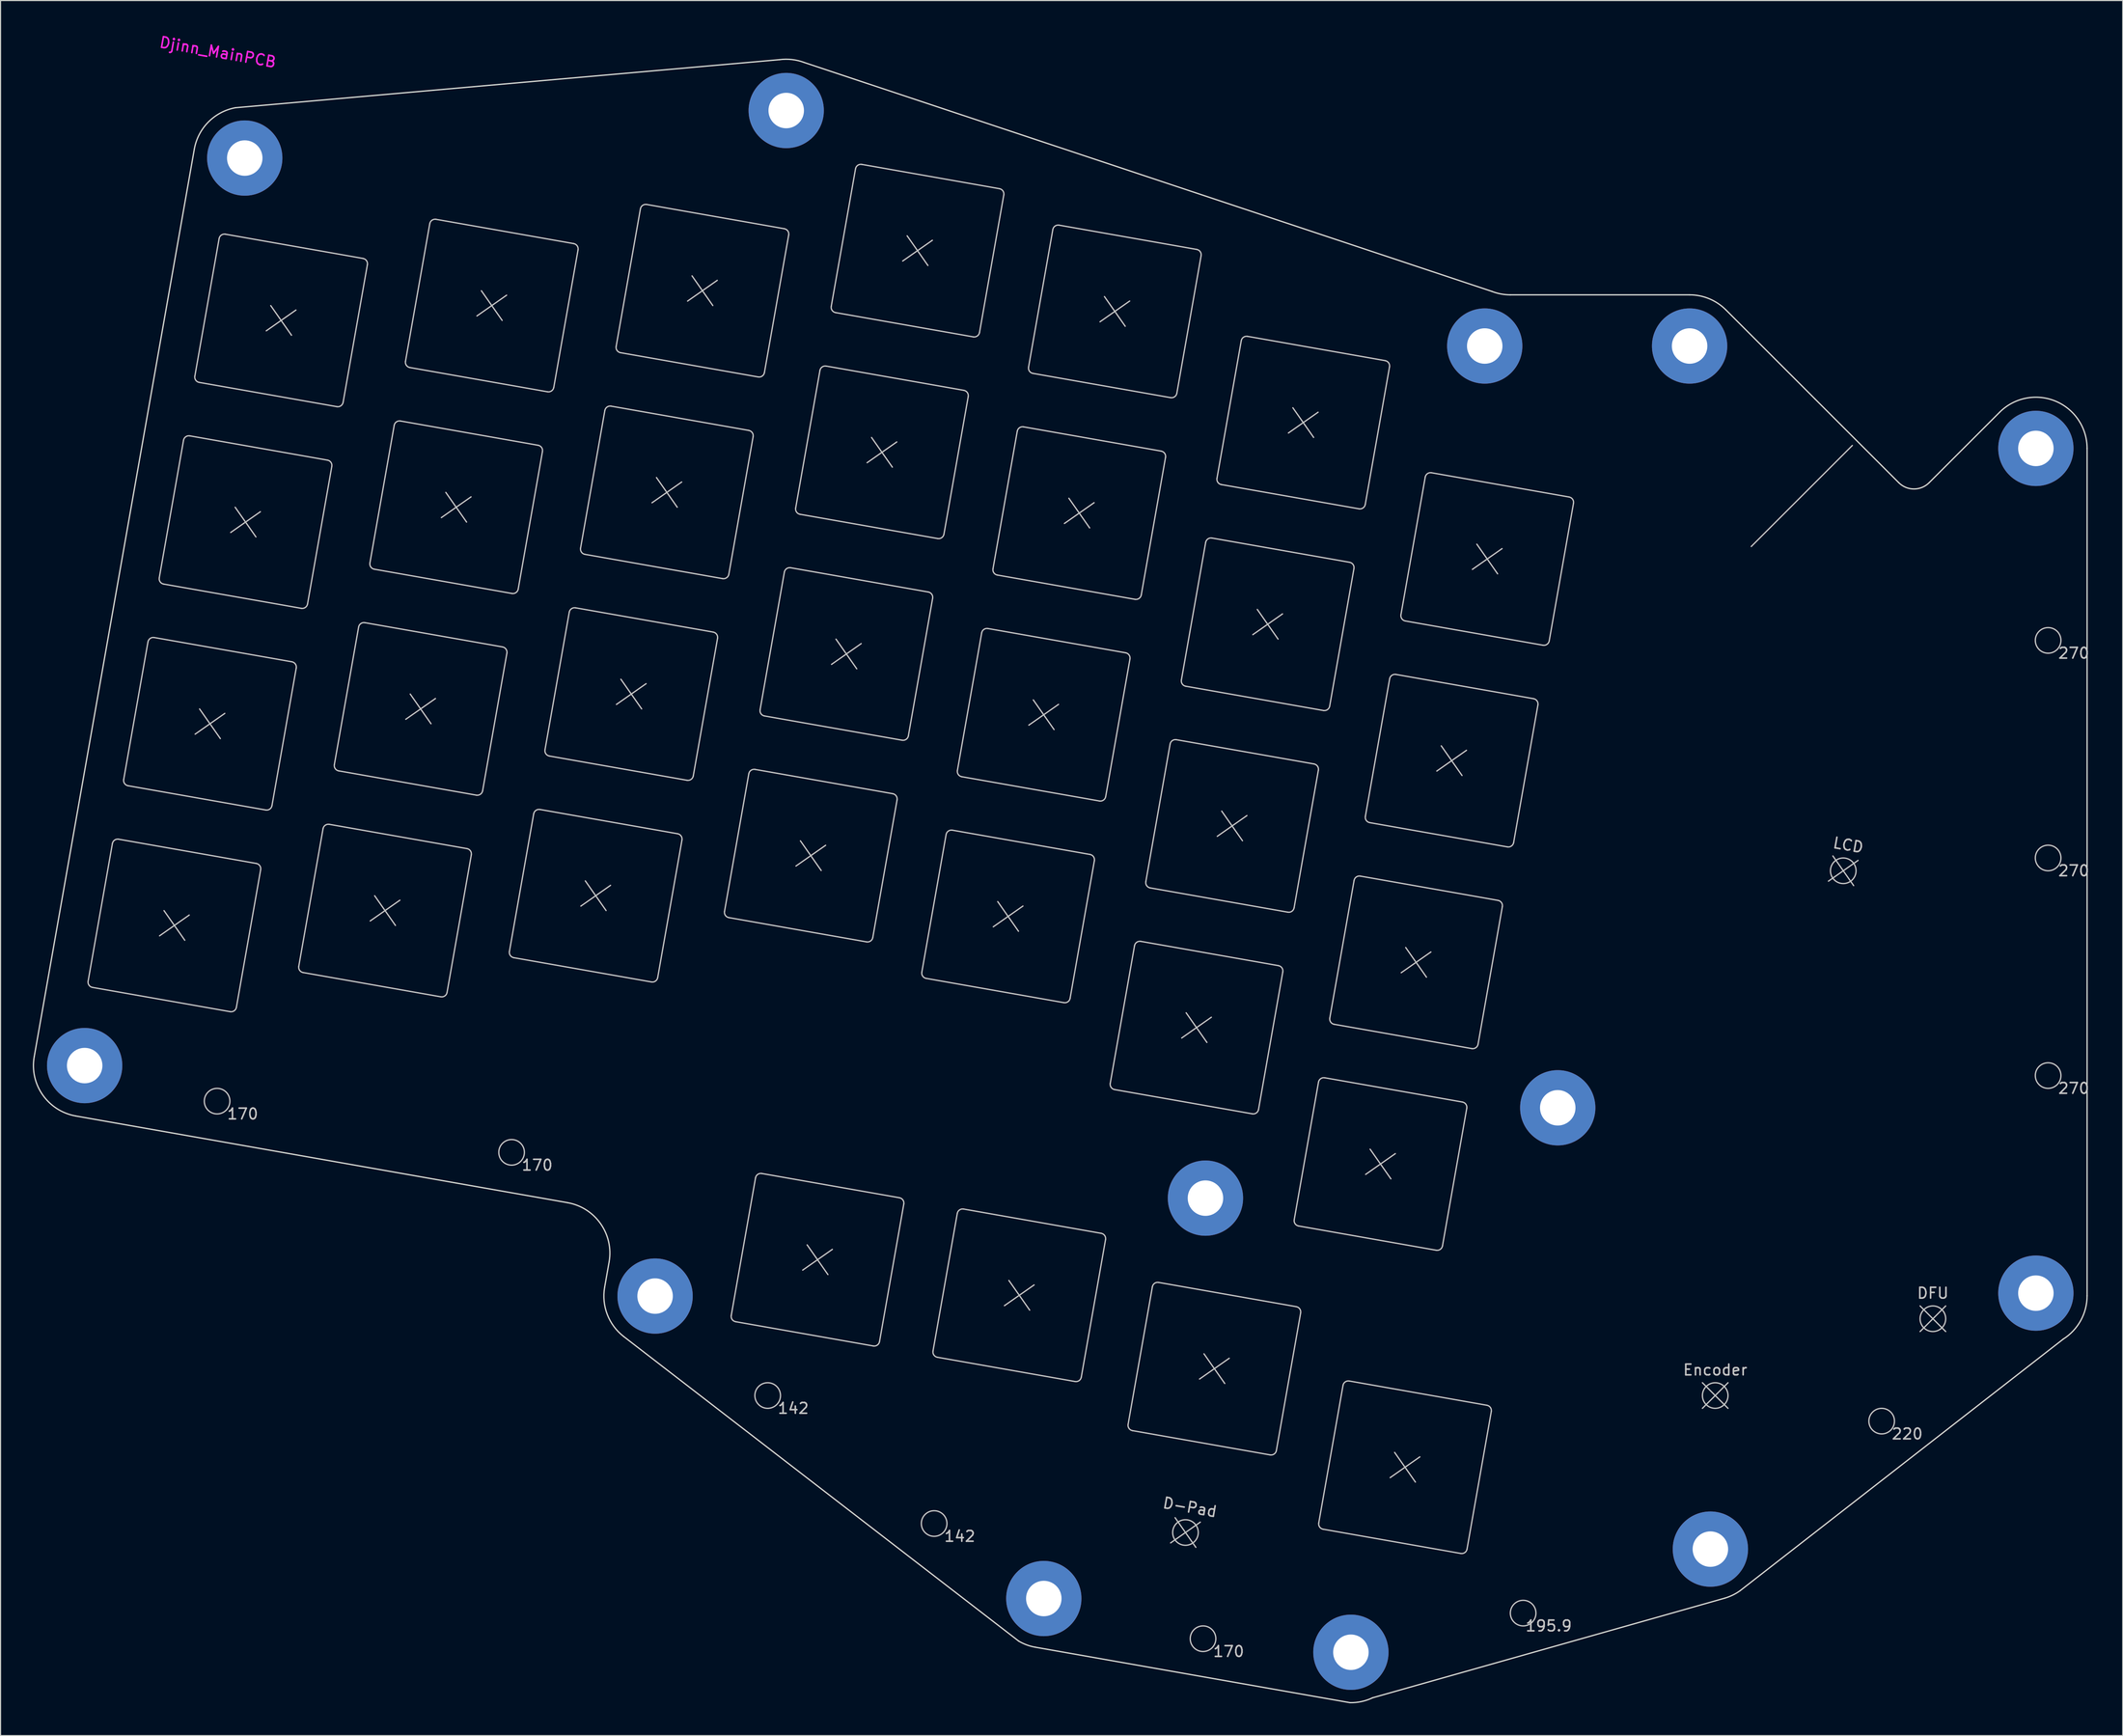
<source format=kicad_pcb>
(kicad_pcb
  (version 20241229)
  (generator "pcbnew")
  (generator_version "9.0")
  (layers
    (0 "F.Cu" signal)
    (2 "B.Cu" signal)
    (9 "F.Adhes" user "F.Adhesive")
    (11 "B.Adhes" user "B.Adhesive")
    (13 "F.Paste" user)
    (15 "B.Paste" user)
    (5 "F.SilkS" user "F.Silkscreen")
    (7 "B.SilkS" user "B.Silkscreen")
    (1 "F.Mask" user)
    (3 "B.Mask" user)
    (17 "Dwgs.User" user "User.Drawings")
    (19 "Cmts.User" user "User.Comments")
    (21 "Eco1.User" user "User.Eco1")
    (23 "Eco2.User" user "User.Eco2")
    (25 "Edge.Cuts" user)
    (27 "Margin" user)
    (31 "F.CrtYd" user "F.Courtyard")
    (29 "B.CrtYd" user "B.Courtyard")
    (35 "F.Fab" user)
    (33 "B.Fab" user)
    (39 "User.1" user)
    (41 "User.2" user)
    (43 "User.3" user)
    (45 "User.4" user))
  (footprint "Djinn_MainPCB"
    (layer "F.Cu")
    (at 23.09 26.758)
    (property "Reference" "Djinn_MainPCB" (at -5.88 -24.95 350) (layer "F.CrtYd") (effects (font (size 1 1) (thickness 0.15))))
    (attr through_hole)
    (fp_line (start -17.541 62.047) (end -4.738 64.304) (stroke (width 0.12) (type solid)) (layer "Dwgs.User"))
    (fp_line (start -15.689 48.665) (end -17.946 61.468) (stroke (width 0.12) (type solid)) (layer "Dwgs.User"))
    (fp_line (start -15.11 48.26) (end -2.307 50.517) (stroke (width 0.12) (type solid)) (layer "Dwgs.User"))
    (fp_line (start -14.233 43.286) (end -1.43 45.544) (stroke (width 0.12) (type solid)) (layer "Dwgs.User"))
    (fp_line (start -12.381 29.905) (end -14.638 42.707) (stroke (width 0.12) (type solid)) (layer "Dwgs.User"))
    (fp_line (start -11.802 29.499) (end 1.001 31.756) (stroke (width 0.12) (type solid)) (layer "Dwgs.User"))
    (fp_line (start -10.925 24.526) (end 1.878 26.783) (stroke (width 0.12) (type solid)) (layer "Dwgs.User"))
    (fp_line (start -10.89 54.903) (end -8.958 57.661) (stroke (width 0.12) (type solid)) (layer "Dwgs.User"))
    (fp_line (start -9.073 11.144) (end -11.33 23.946) (stroke (width 0.12) (type solid)) (layer "Dwgs.User"))
    (fp_line (start -8.545 55.316) (end -11.303 57.248) (stroke (width 0.12) (type solid)) (layer "Dwgs.User"))
    (fp_line (start -8.494 10.738) (end 4.309 12.996) (stroke (width 0.12) (type solid)) (layer "Dwgs.User"))
    (fp_line (start -7.617 5.765) (end 5.186 8.022) (stroke (width 0.12) (type solid)) (layer "Dwgs.User"))
    (fp_line (start -7.582 36.142) (end -5.65 38.901) (stroke (width 0.12) (type solid)) (layer "Dwgs.User"))
    (fp_line (start -5.765 -7.617) (end -8.022 5.186) (stroke (width 0.12) (type solid)) (layer "Dwgs.User"))
    (fp_line (start -5.237 36.556) (end -7.995 38.487) (stroke (width 0.12) (type solid)) (layer "Dwgs.User"))
    (fp_line (start -5.186 -8.022) (end 7.617 -5.765) (stroke (width 0.12) (type solid)) (layer "Dwgs.User"))
    (fp_line (start -4.274 17.381) (end -2.342 20.14) (stroke (width 0.12) (type solid)) (layer "Dwgs.User"))
    (fp_line (start -1.929 17.795) (end -4.687 19.726) (stroke (width 0.12) (type solid)) (layer "Dwgs.User"))
    (fp_line (start -1.902 51.096) (end -4.159 63.899) (stroke (width 0.12) (type solid)) (layer "Dwgs.User"))
    (fp_line (start -0.966 -1.379) (end 0.966 1.379) (stroke (width 0.12) (type solid)) (layer "Dwgs.User"))
    (fp_line (start 1.379 -0.966) (end -1.379 0.966) (stroke (width 0.12) (type solid)) (layer "Dwgs.User"))
    (fp_line (start 1.406 32.336) (end -0.851 45.138) (stroke (width 0.12) (type solid)) (layer "Dwgs.User"))
    (fp_line (start 2.047 60.665) (end 14.849 62.922) (stroke (width 0.12) (type solid)) (layer "Dwgs.User"))
    (fp_line (start 3.899 47.283) (end 1.641 60.086) (stroke (width 0.12) (type solid)) (layer "Dwgs.User"))
    (fp_line (start 4.478 46.877) (end 17.28 49.135) (stroke (width 0.12) (type solid)) (layer "Dwgs.User"))
    (fp_line (start 4.714 13.575) (end 2.457 26.377) (stroke (width 0.12) (type solid)) (layer "Dwgs.User"))
    (fp_line (start 5.355 41.904) (end 18.157 44.162) (stroke (width 0.12) (type solid)) (layer "Dwgs.User"))
    (fp_line (start 7.207 28.522) (end 4.949 41.325) (stroke (width 0.12) (type solid)) (layer "Dwgs.User"))
    (fp_line (start 7.786 28.117) (end 20.588 30.374) (stroke (width 0.12) (type solid)) (layer "Dwgs.User"))
    (fp_line (start 8.022 -5.186) (end 5.765 7.617) (stroke (width 0.12) (type solid)) (layer "Dwgs.User"))
    (fp_line (start 8.663 23.143) (end 21.465 25.401) (stroke (width 0.12) (type solid)) (layer "Dwgs.User"))
    (fp_line (start 8.698 53.521) (end 10.629 56.279) (stroke (width 0.12) (type solid)) (layer "Dwgs.User"))
    (fp_line (start 10.515 9.762) (end 8.257 22.564) (stroke (width 0.12) (type solid)) (layer "Dwgs.User"))
    (fp_line (start 11.043 53.934) (end 8.284 55.866) (stroke (width 0.12) (type solid)) (layer "Dwgs.User"))
    (fp_line (start 11.094 9.356) (end 23.896 11.614) (stroke (width 0.12) (type solid)) (layer "Dwgs.User"))
    (fp_line (start 11.971 4.383) (end 24.773 6.64) (stroke (width 0.12) (type solid)) (layer "Dwgs.User"))
    (fp_line (start 12.006 34.76) (end 13.937 37.518) (stroke (width 0.12) (type solid)) (layer "Dwgs.User"))
    (fp_line (start 13.823 -8.999) (end 11.565 3.804) (stroke (width 0.12) (type solid)) (layer "Dwgs.User"))
    (fp_line (start 14.351 35.173) (end 11.592 37.105) (stroke (width 0.12) (type solid)) (layer "Dwgs.User"))
    (fp_line (start 14.402 -9.405) (end 27.204 -7.147) (stroke (width 0.12) (type solid)) (layer "Dwgs.User"))
    (fp_line (start 15.314 15.999) (end 17.245 18.758) (stroke (width 0.12) (type solid)) (layer "Dwgs.User"))
    (fp_line (start 17.659 16.413) (end 14.9 18.344) (stroke (width 0.12) (type solid)) (layer "Dwgs.User"))
    (fp_line (start 17.686 49.714) (end 15.429 62.517) (stroke (width 0.12) (type solid)) (layer "Dwgs.User"))
    (fp_line (start 18.622 -2.761) (end 20.553 -0.003) (stroke (width 0.12) (type solid)) (layer "Dwgs.User"))
    (fp_line (start 20.967 -2.348) (end 18.208 -0.416) (stroke (width 0.12) (type solid)) (layer "Dwgs.User"))
    (fp_line (start 20.994 30.953) (end 18.737 43.756) (stroke (width 0.12) (type solid)) (layer "Dwgs.User"))
    (fp_line (start 21.635 59.283) (end 34.437 61.54) (stroke (width 0.12) (type solid)) (layer "Dwgs.User"))
    (fp_line (start 23.486 45.901) (end 21.229 58.703) (stroke (width 0.12) (type solid)) (layer "Dwgs.User"))
    (fp_line (start 24.066 45.495) (end 36.868 47.753) (stroke (width 0.12) (type solid)) (layer "Dwgs.User"))
    (fp_line (start 24.302 12.193) (end 22.045 24.995) (stroke (width 0.12) (type solid)) (layer "Dwgs.User"))
    (fp_line (start 24.943 40.522) (end 37.745 42.779) (stroke (width 0.12) (type solid)) (layer "Dwgs.User"))
    (fp_line (start 26.794 27.14) (end 24.537 39.943) (stroke (width 0.12) (type solid)) (layer "Dwgs.User"))
    (fp_line (start 27.374 26.735) (end 40.176 28.992) (stroke (width 0.12) (type solid)) (layer "Dwgs.User"))
    (fp_line (start 27.61 -6.568) (end 25.353 6.235) (stroke (width 0.12) (type solid)) (layer "Dwgs.User"))
    (fp_line (start 28.251 21.761) (end 41.053 24.019) (stroke (width 0.12) (type solid)) (layer "Dwgs.User"))
    (fp_line (start 28.286 52.138) (end 30.217 54.897) (stroke (width 0.12) (type solid)) (layer "Dwgs.User"))
    (fp_line (start 30.102 8.38) (end 27.845 21.182) (stroke (width 0.12) (type solid)) (layer "Dwgs.User"))
    (fp_line (start 30.631 52.552) (end 27.872 54.483) (stroke (width 0.12) (type solid)) (layer "Dwgs.User"))
    (fp_line (start 30.682 7.974) (end 43.484 10.231) (stroke (width 0.12) (type solid)) (layer "Dwgs.User"))
    (fp_line (start 31.559 3.001) (end 44.361 5.258) (stroke (width 0.12) (type solid)) (layer "Dwgs.User"))
    (fp_line (start 31.594 33.378) (end 33.525 36.136) (stroke (width 0.12) (type solid)) (layer "Dwgs.User"))
    (fp_line (start 33.41 -10.381) (end 31.153 2.421) (stroke (width 0.12) (type solid)) (layer "Dwgs.User"))
    (fp_line (start 33.939 33.791) (end 31.18 35.723) (stroke (width 0.12) (type solid)) (layer "Dwgs.User"))
    (fp_line (start 33.99 -10.787) (end 46.792 -8.529) (stroke (width 0.12) (type solid)) (layer "Dwgs.User"))
    (fp_line (start 34.902 14.617) (end 36.833 17.376) (stroke (width 0.12) (type solid)) (layer "Dwgs.User"))
    (fp_line (start 37.247 15.031) (end 34.488 16.962) (stroke (width 0.12) (type solid)) (layer "Dwgs.User"))
    (fp_line (start 37.274 48.332) (end 35.016 61.134) (stroke (width 0.12) (type solid)) (layer "Dwgs.User"))
    (fp_line (start 38.21 -4.144) (end 40.141 -1.385) (stroke (width 0.12) (type solid)) (layer "Dwgs.User"))
    (fp_line (start 40.555 -3.73) (end 37.796 -1.799) (stroke (width 0.12) (type solid)) (layer "Dwgs.User"))
    (fp_line (start 40.582 29.571) (end 38.324 42.374) (stroke (width 0.12) (type solid)) (layer "Dwgs.User"))
    (fp_line (start 41.636 55.555) (end 54.438 57.813) (stroke (width 0.12) (type solid)) (layer "Dwgs.User"))
    (fp_line (start 42.262 93.145) (end 55.064 95.402) (stroke (width 0.12) (type solid)) (layer "Dwgs.User"))
    (fp_line (start 43.488 42.174) (end 41.23 54.976) (stroke (width 0.12) (type solid)) (layer "Dwgs.User"))
    (fp_line (start 43.89 10.811) (end 41.632 23.613) (stroke (width 0.12) (type solid)) (layer "Dwgs.User"))
    (fp_line (start 44.067 41.768) (end 56.869 44.026) (stroke (width 0.12) (type solid)) (layer "Dwgs.User"))
    (fp_line (start 44.114 79.763) (end 41.856 92.565) (stroke (width 0.12) (type solid)) (layer "Dwgs.User"))
    (fp_line (start 44.693 79.357) (end 57.495 81.615) (stroke (width 0.12) (type solid)) (layer "Dwgs.User"))
    (fp_line (start 44.944 36.795) (end 57.746 39.052) (stroke (width 0.12) (type solid)) (layer "Dwgs.User"))
    (fp_line (start 46.796 23.413) (end 44.538 36.215) (stroke (width 0.12) (type solid)) (layer "Dwgs.User"))
    (fp_line (start 47.198 -7.95) (end 44.94 4.852) (stroke (width 0.12) (type solid)) (layer "Dwgs.User"))
    (fp_line (start 47.375 23.007) (end 60.177 25.265) (stroke (width 0.12) (type solid)) (layer "Dwgs.User"))
    (fp_line (start 48.252 18.034) (end 61.054 20.291) (stroke (width 0.12) (type solid)) (layer "Dwgs.User"))
    (fp_line (start 48.287 48.411) (end 50.218 51.17) (stroke (width 0.12) (type solid)) (layer "Dwgs.User"))
    (fp_line (start 48.913 86) (end 50.844 88.759) (stroke (width 0.12) (type solid)) (layer "Dwgs.User"))
    (fp_line (start 50.104 4.652) (end 47.846 17.455) (stroke (width 0.12) (type solid)) (layer "Dwgs.User"))
    (fp_line (start 50.632 48.825) (end 47.873 50.756) (stroke (width 0.12) (type solid)) (layer "Dwgs.User"))
    (fp_line (start 50.683 4.247) (end 63.485 6.504) (stroke (width 0.12) (type solid)) (layer "Dwgs.User"))
    (fp_line (start 51.258 86.414) (end 48.499 88.346) (stroke (width 0.12) (type solid)) (layer "Dwgs.User"))
    (fp_line (start 51.56 -0.727) (end 64.362 1.531) (stroke (width 0.12) (type solid)) (layer "Dwgs.User"))
    (fp_line (start 51.595 29.65) (end 53.526 32.409) (stroke (width 0.12) (type solid)) (layer "Dwgs.User"))
    (fp_line (start 53.412 -14.108) (end 51.154 -1.306) (stroke (width 0.12) (type solid)) (layer "Dwgs.User"))
    (fp_line (start 53.94 30.064) (end 51.181 31.996) (stroke (width 0.12) (type solid)) (layer "Dwgs.User"))
    (fp_line (start 53.991 -14.514) (end 66.793 -12.256) (stroke (width 0.12) (type solid)) (layer "Dwgs.User"))
    (fp_line (start 54.903 10.89) (end 56.834 13.648) (stroke (width 0.12) (type solid)) (layer "Dwgs.User"))
    (fp_line (start 57.248 11.303) (end 54.489 13.235) (stroke (width 0.12) (type solid)) (layer "Dwgs.User"))
    (fp_line (start 57.275 44.605) (end 55.017 57.407) (stroke (width 0.12) (type solid)) (layer "Dwgs.User"))
    (fp_line (start 57.901 82.194) (end 55.643 94.997) (stroke (width 0.12) (type solid)) (layer "Dwgs.User"))
    (fp_line (start 58.211 -7.871) (end 60.142 -5.112) (stroke (width 0.12) (type solid)) (layer "Dwgs.User"))
    (fp_line (start 59.983 61.208) (end 72.785 63.466) (stroke (width 0.12) (type solid)) (layer "Dwgs.User"))
    (fp_line (start 60.556 -7.457) (end 57.797 -5.526) (stroke (width 0.12) (type solid)) (layer "Dwgs.User"))
    (fp_line (start 60.583 25.844) (end 58.325 38.647) (stroke (width 0.12) (type solid)) (layer "Dwgs.User"))
    (fp_line (start 61.022 96.453) (end 73.825 98.71) (stroke (width 0.12) (type solid)) (layer "Dwgs.User"))
    (fp_line (start 61.835 47.827) (end 59.577 60.629) (stroke (width 0.12) (type solid)) (layer "Dwgs.User"))
    (fp_line (start 62.414 47.421) (end 75.216 49.679) (stroke (width 0.12) (type solid)) (layer "Dwgs.User"))
    (fp_line (start 62.874 83.071) (end 60.617 95.873) (stroke (width 0.12) (type solid)) (layer "Dwgs.User"))
    (fp_line (start 63.291 42.448) (end 76.093 44.705) (stroke (width 0.12) (type solid)) (layer "Dwgs.User"))
    (fp_line (start 63.453 82.665) (end 76.256 84.923) (stroke (width 0.12) (type solid)) (layer "Dwgs.User"))
    (fp_line (start 63.891 7.083) (end 61.633 19.886) (stroke (width 0.12) (type solid)) (layer "Dwgs.User"))
    (fp_line (start 65.143 29.066) (end 62.885 41.869) (stroke (width 0.12) (type solid)) (layer "Dwgs.User"))
    (fp_line (start 65.722 28.661) (end 78.524 30.918) (stroke (width 0.12) (type solid)) (layer "Dwgs.User"))
    (fp_line (start 66.599 23.687) (end 79.401 25.945) (stroke (width 0.12) (type solid)) (layer "Dwgs.User"))
    (fp_line (start 66.634 54.064) (end 68.565 56.823) (stroke (width 0.12) (type solid)) (layer "Dwgs.User"))
    (fp_line (start 67.199 -11.677) (end 64.941 1.125) (stroke (width 0.12) (type solid)) (layer "Dwgs.User"))
    (fp_line (start 67.673 89.308) (end 69.605 92.067) (stroke (width 0.12) (type solid)) (layer "Dwgs.User"))
    (fp_line (start 68.451 10.305) (end 66.193 23.108) (stroke (width 0.12) (type solid)) (layer "Dwgs.User"))
    (fp_line (start 68.979 54.478) (end 66.22 56.409) (stroke (width 0.12) (type solid)) (layer "Dwgs.User"))
    (fp_line (start 69.03 9.9) (end 81.832 12.157) (stroke (width 0.12) (type solid)) (layer "Dwgs.User"))
    (fp_line (start 69.907 4.926) (end 82.709 7.184) (stroke (width 0.12) (type solid)) (layer "Dwgs.User"))
    (fp_line (start 69.942 35.304) (end 71.873 38.062) (stroke (width 0.12) (type solid)) (layer "Dwgs.User"))
    (fp_line (start 70.018 89.722) (end 67.26 91.654) (stroke (width 0.12) (type solid)) (layer "Dwgs.User"))
    (fp_line (start 71.759 -8.455) (end 69.501 4.347) (stroke (width 0.12) (type solid)) (layer "Dwgs.User"))
    (fp_line (start 72.287 35.717) (end 69.528 37.649) (stroke (width 0.12) (type solid)) (layer "Dwgs.User"))
    (fp_line (start 72.338 -8.861) (end 85.14 -6.603) (stroke (width 0.12) (type solid)) (layer "Dwgs.User"))
    (fp_line (start 73.25 16.543) (end 75.181 19.302) (stroke (width 0.12) (type solid)) (layer "Dwgs.User"))
    (fp_line (start 75.595 16.956) (end 72.836 18.888) (stroke (width 0.12) (type solid)) (layer "Dwgs.User"))
    (fp_line (start 75.622 50.258) (end 73.365 63.06) (stroke (width 0.12) (type solid)) (layer "Dwgs.User"))
    (fp_line (start 76.558 -2.218) (end 78.489 0.541) (stroke (width 0.12) (type solid)) (layer "Dwgs.User"))
    (fp_line (start 76.661 85.502) (end 74.404 98.305) (stroke (width 0.12) (type solid)) (layer "Dwgs.User"))
    (fp_line (start 77.503 71.552) (end 90.306 73.809) (stroke (width 0.12) (type solid)) (layer "Dwgs.User"))
    (fp_line (start 78.903 -1.804) (end 76.144 0.127) (stroke (width 0.12) (type solid)) (layer "Dwgs.User"))
    (fp_line (start 78.93 31.497) (end 76.673 44.3) (stroke (width 0.12) (type solid)) (layer "Dwgs.User"))
    (fp_line (start 79.163 103.278) (end 91.965 105.536) (stroke (width 0.12) (type solid)) (layer "Dwgs.User"))
    (fp_line (start 79.355 58.17) (end 77.097 70.973) (stroke (width 0.12) (type solid)) (layer "Dwgs.User"))
    (fp_line (start 79.934 57.764) (end 92.737 60.022) (stroke (width 0.12) (type solid)) (layer "Dwgs.User"))
    (fp_line (start 80.811 52.791) (end 93.614 55.049) (stroke (width 0.12) (type solid)) (layer "Dwgs.User"))
    (fp_line (start 81.015 89.897) (end 78.757 102.699) (stroke (width 0.12) (type solid)) (layer "Dwgs.User"))
    (fp_line (start 81.594 89.491) (end 94.396 91.748) (stroke (width 0.12) (type solid)) (layer "Dwgs.User"))
    (fp_line (start 82.238 12.736) (end 79.981 25.539) (stroke (width 0.12) (type solid)) (layer "Dwgs.User"))
    (fp_line (start 82.663 39.409) (end 80.405 52.212) (stroke (width 0.12) (type solid)) (layer "Dwgs.User"))
    (fp_line (start 83.126 111.377) (end 85.058 114.136) (stroke (width 0.12) (type solid)) (layer "Dwgs.User"))
    (fp_line (start 83.242 39.004) (end 96.045 41.261) (stroke (width 0.12) (type solid)) (layer "Dwgs.User"))
    (fp_line (start 84.119 34.03) (end 96.922 36.288) (stroke (width 0.12) (type solid)) (layer "Dwgs.User"))
    (fp_line (start 84.154 64.408) (end 86.086 67.166) (stroke (width 0.12) (type solid)) (layer "Dwgs.User"))
    (fp_line (start 85.471 111.791) (end 82.712 113.722) (stroke (width 0.12) (type solid)) (layer "Dwgs.User"))
    (fp_line (start 85.546 -6.024) (end 83.289 6.778) (stroke (width 0.12) (type solid)) (layer "Dwgs.User"))
    (fp_line (start 85.814 96.134) (end 87.745 98.893) (stroke (width 0.12) (type solid)) (layer "Dwgs.User"))
    (fp_line (start 85.971 20.649) (end 83.713 33.451) (stroke (width 0.12) (type solid)) (layer "Dwgs.User"))
    (fp_line (start 86.499 64.821) (end 83.741 66.753) (stroke (width 0.12) (type solid)) (layer "Dwgs.User"))
    (fp_line (start 86.55 20.243) (end 99.353 22.501) (stroke (width 0.12) (type solid)) (layer "Dwgs.User"))
    (fp_line (start 87.427 15.27) (end 100.23 17.527) (stroke (width 0.12) (type solid)) (layer "Dwgs.User"))
    (fp_line (start 87.462 45.647) (end 89.394 48.405) (stroke (width 0.12) (type solid)) (layer "Dwgs.User"))
    (fp_line (start 88.159 96.548) (end 85.4 98.479) (stroke (width 0.12) (type solid)) (layer "Dwgs.User"))
    (fp_line (start 89.279 1.888) (end 87.021 14.691) (stroke (width 0.12) (type solid)) (layer "Dwgs.User"))
    (fp_line (start 89.807 46.06) (end 87.049 47.992) (stroke (width 0.12) (type solid)) (layer "Dwgs.User"))
    (fp_line (start 89.858 1.482) (end 102.661 3.74) (stroke (width 0.12) (type solid)) (layer "Dwgs.User"))
    (fp_line (start 90.77 26.886) (end 92.702 29.645) (stroke (width 0.12) (type solid)) (layer "Dwgs.User"))
    (fp_line (start 93.115 27.3) (end 90.357 29.231) (stroke (width 0.12) (type solid)) (layer "Dwgs.User"))
    (fp_line (start 93.142 60.601) (end 90.885 73.404) (stroke (width 0.12) (type solid)) (layer "Dwgs.User"))
    (fp_line (start 94.078 8.126) (end 96.01 10.884) (stroke (width 0.12) (type solid)) (layer "Dwgs.User"))
    (fp_line (start 94.61 84.24) (end 107.412 86.498) (stroke (width 0.12) (type solid)) (layer "Dwgs.User"))
    (fp_line (start 94.802 92.328) (end 92.544 105.13) (stroke (width 0.12) (type solid)) (layer "Dwgs.User"))
    (fp_line (start 96.423 8.539) (end 93.665 10.471) (stroke (width 0.12) (type solid)) (layer "Dwgs.User"))
    (fp_line (start 96.45 41.84) (end 94.193 54.643) (stroke (width 0.12) (type solid)) (layer "Dwgs.User"))
    (fp_line (start 96.462 70.858) (end 94.204 83.661) (stroke (width 0.12) (type solid)) (layer "Dwgs.User"))
    (fp_line (start 96.89 112.449) (end 109.692 114.706) (stroke (width 0.12) (type solid)) (layer "Dwgs.User"))
    (fp_line (start 97.041 70.453) (end 109.843 72.71) (stroke (width 0.12) (type solid)) (layer "Dwgs.User"))
    (fp_line (start 97.918 65.479) (end 110.72 67.737) (stroke (width 0.12) (type solid)) (layer "Dwgs.User"))
    (fp_line (start 98.742 99.067) (end 96.484 111.87) (stroke (width 0.12) (type solid)) (layer "Dwgs.User"))
    (fp_line (start 99.321 98.662) (end 112.123 100.919) (stroke (width 0.12) (type solid)) (layer "Dwgs.User"))
    (fp_line (start 99.758 23.08) (end 97.501 35.882) (stroke (width 0.12) (type solid)) (layer "Dwgs.User"))
    (fp_line (start 99.77 52.098) (end 97.512 64.9) (stroke (width 0.12) (type solid)) (layer "Dwgs.User"))
    (fp_line (start 100.349 51.692) (end 113.151 53.95) (stroke (width 0.12) (type solid)) (layer "Dwgs.User"))
    (fp_line (start 101.226 46.719) (end 114.028 48.976) (stroke (width 0.12) (type solid)) (layer "Dwgs.User"))
    (fp_line (start 101.261 77.096) (end 103.192 79.854) (stroke (width 0.12) (type solid)) (layer "Dwgs.User"))
    (fp_line (start 103.066 4.319) (end 100.809 17.122) (stroke (width 0.12) (type solid)) (layer "Dwgs.User"))
    (fp_line (start 103.078 33.337) (end 100.82 46.14) (stroke (width 0.12) (type solid)) (layer "Dwgs.User"))
    (fp_line (start 103.541 105.305) (end 105.472 108.063) (stroke (width 0.12) (type solid)) (layer "Dwgs.User"))
    (fp_line (start 103.606 77.509) (end 100.847 79.441) (stroke (width 0.12) (type solid)) (layer "Dwgs.User"))
    (fp_line (start 103.657 32.931) (end 116.459 35.189) (stroke (width 0.12) (type solid)) (layer "Dwgs.User"))
    (fp_line (start 104.534 27.958) (end 117.336 30.216) (stroke (width 0.12) (type solid)) (layer "Dwgs.User"))
    (fp_line (start 104.569 58.335) (end 106.5 61.094) (stroke (width 0.12) (type solid)) (layer "Dwgs.User"))
    (fp_line (start 105.886 105.718) (end 103.127 107.65) (stroke (width 0.12) (type solid)) (layer "Dwgs.User"))
    (fp_line (start 106.386 14.576) (end 104.128 27.379) (stroke (width 0.12) (type solid)) (layer "Dwgs.User"))
    (fp_line (start 106.914 58.749) (end 104.155 60.68) (stroke (width 0.12) (type solid)) (layer "Dwgs.User"))
    (fp_line (start 106.965 14.171) (end 119.767 16.428) (stroke (width 0.12) (type solid)) (layer "Dwgs.User"))
    (fp_line (start 107.877 39.575) (end 109.808 42.333) (stroke (width 0.12) (type solid)) (layer "Dwgs.User"))
    (fp_line (start 110.222 39.988) (end 107.463 41.92) (stroke (width 0.12) (type solid)) (layer "Dwgs.User"))
    (fp_line (start 110.249 73.289) (end 107.991 86.092) (stroke (width 0.12) (type solid)) (layer "Dwgs.User"))
    (fp_line (start 111.185 20.814) (end 113.116 23.572) (stroke (width 0.12) (type solid)) (layer "Dwgs.User"))
    (fp_line (start 112.529 101.498) (end 110.271 114.301) (stroke (width 0.12) (type solid)) (layer "Dwgs.User"))
    (fp_line (start 113.53 21.227) (end 110.771 23.159) (stroke (width 0.12) (type solid)) (layer "Dwgs.User"))
    (fp_line (start 113.557 54.529) (end 111.299 67.331) (stroke (width 0.12) (type solid)) (layer "Dwgs.User"))
    (fp_line (start 116.865 35.768) (end 114.607 48.571) (stroke (width 0.12) (type solid)) (layer "Dwgs.User"))
    (fp_line (start 120.173 17.007) (end 117.915 29.81) (stroke (width 0.12) (type solid)) (layer "Dwgs.User"))
    (fp_line (start 132.16 98.822) (end 134.541 101.204) (stroke (width 0.12) (type solid)) (layer "Dwgs.User"))
    (fp_line (start 134.541 98.822) (end 132.16 101.204) (stroke (width 0.12) (type solid)) (layer "Dwgs.User"))
    (fp_line (start 144.291 49.818) (end 146.223 52.576) (stroke (width 0.12) (type solid)) (layer "Dwgs.User"))
    (fp_line (start 146.1 11.632) (end 136.702 21.03) (stroke (width 0.12) (type solid)) (layer "Dwgs.User"))
    (fp_line (start 146.636 50.231) (end 143.878 52.163) (stroke (width 0.12) (type solid)) (layer "Dwgs.User"))
    (fp_line (start 152.401 91.679) (end 154.782 94.06) (stroke (width 0.12) (type solid)) (layer "Dwgs.User"))
    (fp_line (start 154.782 91.679) (end 152.401 94.06) (stroke (width 0.12) (type solid)) (layer "Dwgs.User"))
    (fp_arc (start -17.540824 62.046937) (mid -17.863573 61.841323) (end -17.9464 61.467713) (stroke (width 0.12) (type solid)) (layer "Dwgs.User"))
    (fp_arc (start -15.688976 48.665212) (mid -15.48336 48.34246) (end -15.109748 48.259632) (stroke (width 0.12) (type solid)) (layer "Dwgs.User"))
    (fp_arc (start -14.232812 43.286274) (mid -14.555564 43.080658) (end -14.638392 42.707046) (stroke (width 0.12) (type solid)) (layer "Dwgs.User"))
    (fp_arc (start -12.380964 29.904545) (mid -12.175348 29.581795) (end -11.801737 29.498968) (stroke (width 0.12) (type solid)) (layer "Dwgs.User"))
    (fp_arc (start -10.924799 24.525607) (mid -11.24755 24.319992) (end -11.330378 23.94638) (stroke (width 0.12) (type solid)) (layer "Dwgs.User"))
    (fp_arc (start -9.072954 11.143879) (mid -8.867338 10.821127) (end -8.493726 10.738299) (stroke (width 0.12) (type solid)) (layer "Dwgs.User"))
    (fp_arc (start -7.616789 5.764938) (mid -7.939539 5.559323) (end -8.022366 5.185713) (stroke (width 0.12) (type solid)) (layer "Dwgs.User"))
    (fp_arc (start -5.764939 -7.616788) (mid -5.559324 -7.939539) (end -5.185713 -8.022366) (stroke (width 0.12) (type solid)) (layer "Dwgs.User"))
    (fp_arc (start -4.159095 63.898787) (mid -4.364711 64.221539) (end -4.738323 64.304367) (stroke (width 0.12) (type solid)) (layer "Dwgs.User"))
    (fp_arc (start -2.307247 50.51706) (mid -1.984496 50.722675) (end -1.901669 51.096286) (stroke (width 0.12) (type solid)) (layer "Dwgs.User"))
    (fp_arc (start -0.851083 45.138122) (mid -1.056698 45.460873) (end -1.43031 45.543701) (stroke (width 0.12) (type solid)) (layer "Dwgs.User"))
    (fp_arc (start 1.000763 31.756393) (mid 1.323515 31.962008) (end 1.406343 32.335619) (stroke (width 0.12) (type solid)) (layer "Dwgs.User"))
    (fp_arc (start 2.046846 60.664787) (mid 1.724094 60.45917) (end 1.641266 60.085557) (stroke (width 0.12) (type solid)) (layer "Dwgs.User"))
    (fp_arc (start 2.456929 26.377454) (mid 2.251314 26.700205) (end 1.877702 26.783033) (stroke (width 0.12) (type solid)) (layer "Dwgs.User"))
    (fp_arc (start 3.898691 47.283057) (mid 4.104307 46.960304) (end 4.47792 46.877476) (stroke (width 0.12) (type solid)) (layer "Dwgs.User"))
    (fp_arc (start 4.308776 12.995724) (mid 4.631528 13.201341) (end 4.714356 13.574954) (stroke (width 0.12) (type solid)) (layer "Dwgs.User"))
    (fp_arc (start 5.354857 41.904117) (mid 5.032106 41.698502) (end 4.949279 41.324891) (stroke (width 0.12) (type solid)) (layer "Dwgs.User"))
    (fp_arc (start 5.764938 7.616788) (mid 5.559323 7.93954) (end 5.185712 8.022368) (stroke (width 0.12) (type solid)) (layer "Dwgs.User"))
    (fp_arc (start 7.206704 28.522394) (mid 7.41232 28.19964) (end 7.785933 28.116811) (stroke (width 0.12) (type solid)) (layer "Dwgs.User"))
    (fp_arc (start 7.616788 -5.764939) (mid 7.939539 -5.559324) (end 8.022366 -5.185713) (stroke (width 0.12) (type solid)) (layer "Dwgs.User"))
    (fp_arc (start 8.662869 23.14345) (mid 8.340118 22.937836) (end 8.25729 22.564225) (stroke (width 0.12) (type solid)) (layer "Dwgs.User"))
    (fp_arc (start 10.514716 9.761726) (mid 10.720331 9.438973) (end 11.093944 9.356144) (stroke (width 0.12) (type solid)) (layer "Dwgs.User"))
    (fp_arc (start 11.970882 4.382786) (mid 11.64813 4.17717) (end 11.565302 3.803558) (stroke (width 0.12) (type solid)) (layer "Dwgs.User"))
    (fp_arc (start 13.822726 -8.998942) (mid 14.028342 -9.321695) (end 14.401955 -9.404523) (stroke (width 0.12) (type solid)) (layer "Dwgs.User"))
    (fp_arc (start 15.428576 62.516632) (mid 15.22296 62.839384) (end 14.849348 62.922212) (stroke (width 0.12) (type solid)) (layer "Dwgs.User"))
    (fp_arc (start 17.280423 49.134903) (mid 17.603175 49.340519) (end 17.686002 49.714132) (stroke (width 0.12) (type solid)) (layer "Dwgs.User"))
    (fp_arc (start 18.736587 43.755967) (mid 18.53097 44.078719) (end 18.157357 44.161547) (stroke (width 0.12) (type solid)) (layer "Dwgs.User"))
    (fp_arc (start 20.588436 30.37424) (mid 20.911186 30.579855) (end 20.994013 30.953465) (stroke (width 0.12) (type solid)) (layer "Dwgs.User"))
    (fp_arc (start 21.634516 59.282631) (mid 21.311764 59.077016) (end 21.228935 58.703404) (stroke (width 0.12) (type solid)) (layer "Dwgs.User"))
    (fp_arc (start 22.044599 24.995299) (mid 21.838983 25.318051) (end 21.465371 25.400879) (stroke (width 0.12) (type solid)) (layer "Dwgs.User"))
    (fp_arc (start 23.486364 45.900901) (mid 23.691979 45.57815) (end 24.065591 45.495322) (stroke (width 0.12) (type solid)) (layer "Dwgs.User"))
    (fp_arc (start 23.896444 11.613569) (mid 24.219196 11.819186) (end 24.302024 12.192799) (stroke (width 0.12) (type solid)) (layer "Dwgs.User"))
    (fp_arc (start 24.942528 40.521965) (mid 24.619775 40.316349) (end 24.536947 39.942736) (stroke (width 0.12) (type solid)) (layer "Dwgs.User"))
    (fp_arc (start 25.35261 6.234632) (mid 25.146995 6.557383) (end 24.773383 6.640211) (stroke (width 0.12) (type solid)) (layer "Dwgs.User"))
    (fp_arc (start 26.794372 27.140236) (mid 26.999988 26.817483) (end 27.373601 26.734655) (stroke (width 0.12) (type solid)) (layer "Dwgs.User"))
    (fp_arc (start 27.204457 -7.147095) (mid 27.527208 -6.94148) (end 27.610036 -6.567868) (stroke (width 0.12) (type solid)) (layer "Dwgs.User"))
    (fp_arc (start 28.250541 21.761299) (mid 27.927789 21.555683) (end 27.844961 21.182071) (stroke (width 0.12) (type solid)) (layer "Dwgs.User"))
    (fp_arc (start 30.102387 8.379568) (mid 30.308002 8.056817) (end 30.681614 7.973989) (stroke (width 0.12) (type solid)) (layer "Dwgs.User"))
    (fp_arc (start 31.55855 3.000633) (mid 31.235798 2.795016) (end 31.15297 2.421403) (stroke (width 0.12) (type solid)) (layer "Dwgs.User"))
    (fp_arc (start 33.4104 -10.381096) (mid 33.616015 -10.703848) (end 33.989626 -10.786676) (stroke (width 0.12) (type solid)) (layer "Dwgs.User"))
    (fp_arc (start 35.016246 61.134476) (mid 34.81063 61.457229) (end 34.437017 61.540057) (stroke (width 0.12) (type solid)) (layer "Dwgs.User"))
    (fp_arc (start 36.868095 47.752748) (mid 37.190845 47.958366) (end 37.27367 48.331979) (stroke (width 0.12) (type solid)) (layer "Dwgs.User"))
    (fp_arc (start 38.324257 42.373812) (mid 38.118641 42.696563) (end 37.745029 42.77939) (stroke (width 0.12) (type solid)) (layer "Dwgs.User"))
    (fp_arc (start 40.176104 28.992083) (mid 40.498855 29.197698) (end 40.581683 29.57131) (stroke (width 0.12) (type solid)) (layer "Dwgs.User"))
    (fp_arc (start 41.632269 23.613146) (mid 41.426652 23.935897) (end 41.053039 24.018724) (stroke (width 0.12) (type solid)) (layer "Dwgs.User"))
    (fp_arc (start 41.635686 55.555394) (mid 41.312934 55.349778) (end 41.230106 54.976166) (stroke (width 0.12) (type solid)) (layer "Dwgs.User"))
    (fp_arc (start 42.261663 93.144688) (mid 41.938912 92.939072) (end 41.856085 92.56546) (stroke (width 0.12) (type solid)) (layer "Dwgs.User"))
    (fp_arc (start 43.484113 10.231414) (mid 43.806866 10.437029) (end 43.889695 10.810642) (stroke (width 0.12) (type solid)) (layer "Dwgs.User"))
    (fp_arc (start 43.48753 42.173663) (mid 43.693148 41.85091) (end 44.066762 41.768083) (stroke (width 0.12) (type solid)) (layer "Dwgs.User"))
    (fp_arc (start 44.113512 79.762961) (mid 44.319127 79.440209) (end 44.692739 79.35738) (stroke (width 0.12) (type solid)) (layer "Dwgs.User"))
    (fp_arc (start 44.940282 4.852479) (mid 44.734665 5.175231) (end 44.361052 5.258059) (stroke (width 0.12) (type solid)) (layer "Dwgs.User"))
    (fp_arc (start 44.943699 36.794726) (mid 44.620947 36.58911) (end 44.538119 36.215498) (stroke (width 0.12) (type solid)) (layer "Dwgs.User"))
    (fp_arc (start 46.792125 -8.529251) (mid 47.114877 -8.323635) (end 47.197705 -7.950023) (stroke (width 0.12) (type solid)) (layer "Dwgs.User"))
    (fp_arc (start 46.795542 23.412997) (mid 47.001158 23.090244) (end 47.374772 23.007415) (stroke (width 0.12) (type solid)) (layer "Dwgs.User"))
    (fp_arc (start 48.251708 18.034056) (mid 47.928958 17.828441) (end 47.846131 17.454831) (stroke (width 0.12) (type solid)) (layer "Dwgs.User"))
    (fp_arc (start 50.103555 4.652332) (mid 50.309171 4.329579) (end 50.682785 4.24675) (stroke (width 0.12) (type solid)) (layer "Dwgs.User"))
    (fp_arc (start 51.559721 -0.726607) (mid 51.236969 -0.932223) (end 51.154141 -1.305835) (stroke (width 0.12) (type solid)) (layer "Dwgs.User"))
    (fp_arc (start 53.411568 -14.108337) (mid 53.617184 -14.431088) (end 53.990796 -14.513915) (stroke (width 0.12) (type solid)) (layer "Dwgs.User"))
    (fp_arc (start 55.017415 57.407239) (mid 54.8118 57.72999) (end 54.438188 57.812818) (stroke (width 0.12) (type solid)) (layer "Dwgs.User"))
    (fp_arc (start 55.643392 94.996535) (mid 55.437777 95.319286) (end 55.064165 95.402114) (stroke (width 0.12) (type solid)) (layer "Dwgs.User"))
    (fp_arc (start 56.869262 44.025511) (mid 57.192013 44.231126) (end 57.274841 44.604738) (stroke (width 0.12) (type solid)) (layer "Dwgs.User"))
    (fp_arc (start 57.495241 81.614806) (mid 57.817992 81.820422) (end 57.900819 82.194034) (stroke (width 0.12) (type solid)) (layer "Dwgs.User"))
    (fp_arc (start 58.325426 38.646574) (mid 58.11981 38.969325) (end 57.746198 39.052152) (stroke (width 0.12) (type solid)) (layer "Dwgs.User"))
    (fp_arc (start 59.982851 61.20849) (mid 59.660099 61.002873) (end 59.577271 60.62926) (stroke (width 0.12) (type solid)) (layer "Dwgs.User"))
    (fp_arc (start 60.177273 25.264844) (mid 60.500025 25.470459) (end 60.582854 25.844071) (stroke (width 0.12) (type solid)) (layer "Dwgs.User"))
    (fp_arc (start 61.022328 96.4527) (mid 60.699577 96.247084) (end 60.61675 95.873472) (stroke (width 0.12) (type solid)) (layer "Dwgs.User"))
    (fp_arc (start 61.633438 19.885905) (mid 61.427823 20.208658) (end 61.05421 20.291487) (stroke (width 0.12) (type solid)) (layer "Dwgs.User"))
    (fp_arc (start 61.834696 47.826759) (mid 62.040313 47.504007) (end 62.413926 47.421179) (stroke (width 0.12) (type solid)) (layer "Dwgs.User"))
    (fp_arc (start 62.874178 83.070971) (mid 63.079793 82.74822) (end 63.453405 82.665392) (stroke (width 0.12) (type solid)) (layer "Dwgs.User"))
    (fp_arc (start 63.290864 42.447821) (mid 62.968112 42.242205) (end 62.885284 41.868593) (stroke (width 0.12) (type solid)) (layer "Dwgs.User"))
    (fp_arc (start 63.48529 6.504179) (mid 63.808039 6.709795) (end 63.890864 7.083405) (stroke (width 0.12) (type solid)) (layer "Dwgs.User"))
    (fp_arc (start 64.94145 1.12524) (mid 64.735835 1.447991) (end 64.362223 1.530819) (stroke (width 0.12) (type solid)) (layer "Dwgs.User"))
    (fp_arc (start 65.14271 29.066092) (mid 65.348325 28.743341) (end 65.721937 28.660513) (stroke (width 0.12) (type solid)) (layer "Dwgs.User"))
    (fp_arc (start 66.598871 23.687152) (mid 66.276122 23.481536) (end 66.193296 23.107925) (stroke (width 0.12) (type solid)) (layer "Dwgs.User"))
    (fp_arc (start 66.793298 -12.256492) (mid 67.11605 -12.050875) (end 67.198877 -11.677261) (stroke (width 0.12) (type solid)) (layer "Dwgs.User"))
    (fp_arc (start 68.450721 10.305425) (mid 68.656337 9.982673) (end 69.02995 9.899846) (stroke (width 0.12) (type solid)) (layer "Dwgs.User"))
    (fp_arc (start 69.906887 4.926487) (mid 69.584135 4.720872) (end 69.501306 4.34726) (stroke (width 0.12) (type solid)) (layer "Dwgs.User"))
    (fp_arc (start 71.758733 -8.455244) (mid 71.96435 -8.777994) (end 72.337963 -8.86082) (stroke (width 0.12) (type solid)) (layer "Dwgs.User"))
    (fp_arc (start 73.364581 63.060333) (mid 73.158965 63.383085) (end 72.785353 63.465913) (stroke (width 0.12) (type solid)) (layer "Dwgs.User"))
    (fp_arc (start 74.404057 98.304548) (mid 74.198441 98.627299) (end 73.824829 98.710126) (stroke (width 0.12) (type solid)) (layer "Dwgs.User"))
    (fp_arc (start 75.216427 49.678604) (mid 75.539179 49.88422) (end 75.622006 50.257833) (stroke (width 0.12) (type solid)) (layer "Dwgs.User"))
    (fp_arc (start 76.255903 84.922821) (mid 76.578655 85.128435) (end 76.661484 85.502046) (stroke (width 0.12) (type solid)) (layer "Dwgs.User"))
    (fp_arc (start 76.672591 44.299669) (mid 76.466975 44.62242) (end 76.093363 44.705247) (stroke (width 0.12) (type solid)) (layer "Dwgs.User"))
    (fp_arc (start 77.503013 71.551749) (mid 77.180261 71.346133) (end 77.097433 70.972521) (stroke (width 0.12) (type solid)) (layer "Dwgs.User"))
    (fp_arc (start 78.52444 30.917939) (mid 78.847192 31.123555) (end 78.930019 31.497168) (stroke (width 0.12) (type solid)) (layer "Dwgs.User"))
    (fp_arc (start 79.162743 103.278334) (mid 78.839992 103.072719) (end 78.757165 102.699108) (stroke (width 0.12) (type solid)) (layer "Dwgs.User"))
    (fp_arc (start 79.354858 58.170019) (mid 79.560475 57.847266) (end 79.934089 57.764438) (stroke (width 0.12) (type solid)) (layer "Dwgs.User"))
    (fp_arc (start 79.980604 25.539) (mid 79.774988 25.861753) (end 79.401375 25.944581) (stroke (width 0.12) (type solid)) (layer "Dwgs.User"))
    (fp_arc (start 80.811026 52.791082) (mid 80.488275 52.585467) (end 80.405447 52.211855) (stroke (width 0.12) (type solid)) (layer "Dwgs.User"))
    (fp_arc (start 81.014596 89.89661) (mid 81.220209 89.573859) (end 81.593818 89.49103) (stroke (width 0.12) (type solid)) (layer "Dwgs.User"))
    (fp_arc (start 81.832451 12.157275) (mid 82.155201 12.36289) (end 82.238028 12.7365) (stroke (width 0.12) (type solid)) (layer "Dwgs.User"))
    (fp_arc (start 82.662871 39.409354) (mid 82.868487 39.086602) (end 83.242099 39.003774) (stroke (width 0.12) (type solid)) (layer "Dwgs.User"))
    (fp_arc (start 83.288614 6.778334) (mid 83.083 7.101085) (end 82.709389 7.183913) (stroke (width 0.12) (type solid)) (layer "Dwgs.User"))
    (fp_arc (start 84.119037 34.030415) (mid 83.796286 33.824799) (end 83.713459 33.451187) (stroke (width 0.12) (type solid)) (layer "Dwgs.User"))
    (fp_arc (start 85.140462 -6.603395) (mid 85.463214 -6.397779) (end 85.546041 -6.024166) (stroke (width 0.12) (type solid)) (layer "Dwgs.User"))
    (fp_arc (start 85.970885 20.648687) (mid 86.1765 20.325936) (end 86.550112 20.243108) (stroke (width 0.12) (type solid)) (layer "Dwgs.User"))
    (fp_arc (start 87.427047 15.269751) (mid 87.104295 15.064135) (end 87.021468 14.690522) (stroke (width 0.12) (type solid)) (layer "Dwgs.User"))
    (fp_arc (start 89.278898 1.888021) (mid 89.484513 1.56527) (end 89.858124 1.482443) (stroke (width 0.12) (type solid)) (layer "Dwgs.User"))
    (fp_arc (start 90.884743 73.403596) (mid 90.679127 73.726348) (end 90.305515 73.809176) (stroke (width 0.12) (type solid)) (layer "Dwgs.User"))
    (fp_arc (start 92.544472 105.130184) (mid 92.338856 105.452935) (end 91.965244 105.535762) (stroke (width 0.12) (type solid)) (layer "Dwgs.User"))
    (fp_arc (start 92.73659 60.021867) (mid 93.059341 60.227483) (end 93.142168 60.601095) (stroke (width 0.12) (type solid)) (layer "Dwgs.User"))
    (fp_arc (start 94.192754 54.642929) (mid 93.987139 54.96568) (end 93.613527 55.048508) (stroke (width 0.12) (type solid)) (layer "Dwgs.User"))
    (fp_arc (start 94.39632 91.748455) (mid 94.719071 91.95407) (end 94.801899 92.327682) (stroke (width 0.12) (type solid)) (layer "Dwgs.User"))
    (fp_arc (start 94.609675 84.240094) (mid 94.286923 84.034478) (end 94.204095 83.660866) (stroke (width 0.12) (type solid)) (layer "Dwgs.User"))
    (fp_arc (start 96.0446 41.2612) (mid 96.367352 41.466815) (end 96.450181 41.840427) (stroke (width 0.12) (type solid)) (layer "Dwgs.User"))
    (fp_arc (start 96.461521 70.858365) (mid 96.667136 70.535614) (end 97.040748 70.452786) (stroke (width 0.12) (type solid)) (layer "Dwgs.User"))
    (fp_arc (start 96.889659 112.449059) (mid 96.566906 112.243442) (end 96.484078 111.869828) (stroke (width 0.12) (type solid)) (layer "Dwgs.User"))
    (fp_arc (start 97.500765 35.88226) (mid 97.295151 36.205014) (end 96.921539 36.287844) (stroke (width 0.12) (type solid)) (layer "Dwgs.User"))
    (fp_arc (start 97.917687 65.479428) (mid 97.594935 65.273811) (end 97.512107 64.900198) (stroke (width 0.12) (type solid)) (layer "Dwgs.User"))
    (fp_arc (start 98.741504 99.067328) (mid 98.94712 98.744576) (end 99.320732 98.661748) (stroke (width 0.12) (type solid)) (layer "Dwgs.User"))
    (fp_arc (start 99.352613 22.500533) (mid 99.675366 22.706149) (end 99.758194 23.079762) (stroke (width 0.12) (type solid)) (layer "Dwgs.User"))
    (fp_arc (start 99.769531 52.0977) (mid 99.975147 51.774947) (end 100.348761 51.692118) (stroke (width 0.12) (type solid)) (layer "Dwgs.User"))
    (fp_arc (start 100.808778 17.121597) (mid 100.603162 17.444349) (end 100.229549 17.527176) (stroke (width 0.12) (type solid)) (layer "Dwgs.User"))
    (fp_arc (start 101.225697 46.718761) (mid 100.902945 46.513145) (end 100.820117 46.139533) (stroke (width 0.12) (type solid)) (layer "Dwgs.User"))
    (fp_arc (start 102.660623 3.739868) (mid 102.983375 3.945483) (end 103.066203 4.319094) (stroke (width 0.12) (type solid)) (layer "Dwgs.User"))
    (fp_arc (start 103.077547 33.337032) (mid 103.283161 33.014281) (end 103.656772 32.931453) (stroke (width 0.12) (type solid)) (layer "Dwgs.User"))
    (fp_arc (start 104.533713 27.958093) (mid 104.21096 27.752479) (end 104.12813 27.378868) (stroke (width 0.12) (type solid)) (layer "Dwgs.User"))
    (fp_arc (start 106.385553 14.576366) (mid 106.59117 14.253613) (end 106.964784 14.170785) (stroke (width 0.12) (type solid)) (layer "Dwgs.User"))
    (fp_arc (start 107.991401 86.091939) (mid 107.785787 86.414691) (end 107.412176 86.49752) (stroke (width 0.12) (type solid)) (layer "Dwgs.User"))
    (fp_arc (start 109.84325 72.710212) (mid 110.166002 72.915828) (end 110.24883 73.28944) (stroke (width 0.12) (type solid)) (layer "Dwgs.User"))
    (fp_arc (start 110.271383 114.300905) (mid 110.065767 114.623654) (end 109.692157 114.706479) (stroke (width 0.12) (type solid)) (layer "Dwgs.User"))
    (fp_arc (start 111.299415 67.331272) (mid 111.0938 67.654025) (end 110.720188 67.736855) (stroke (width 0.12) (type solid)) (layer "Dwgs.User"))
    (fp_arc (start 112.123233 100.919174) (mid 112.445985 101.12479) (end 112.528813 101.498402) (stroke (width 0.12) (type solid)) (layer "Dwgs.User"))
    (fp_arc (start 113.151262 53.949546) (mid 113.474013 54.155161) (end 113.556841 54.528773) (stroke (width 0.12) (type solid)) (layer "Dwgs.User"))
    (fp_arc (start 114.607426 48.570608) (mid 114.401811 48.893359) (end 114.028199 48.976187) (stroke (width 0.12) (type solid)) (layer "Dwgs.User"))
    (fp_arc (start 116.459275 35.188877) (mid 116.782027 35.394494) (end 116.864854 35.768108) (stroke (width 0.12) (type solid)) (layer "Dwgs.User"))
    (fp_arc (start 117.915439 29.809943) (mid 117.709823 30.132694) (end 117.336211 30.215521) (stroke (width 0.12) (type solid)) (layer "Dwgs.User"))
    (fp_arc (start 119.767285 16.428213) (mid 120.090036 16.633828) (end 120.172864 17.00744) (stroke (width 0.12) (type solid)) (layer "Dwgs.User"))
    (fp_circle (center -5.953 72.628) (end -4.763 72.628) (stroke (width 0.12) (type solid)) (fill no) (layer "Dwgs.User"))
    (fp_circle (center 21.431 77.391) (end 22.622 77.391) (stroke (width 0.12) (type solid)) (fill no) (layer "Dwgs.User"))
    (fp_circle (center 45.244 100.013) (end 46.435 100.013) (stroke (width 0.12) (type solid)) (fill no) (layer "Dwgs.User"))
    (fp_circle (center 60.722 111.919) (end 61.913 111.919) (stroke (width 0.12) (type solid)) (fill no) (layer "Dwgs.User"))
    (fp_circle (center 84.092 112.756) (end 85.282 112.756) (stroke (width 0.12) (type solid)) (fill no) (layer "Dwgs.User"))
    (fp_circle (center 85.725 122.635) (end 86.916 122.635) (stroke (width 0.12) (type solid)) (fill no) (layer "Dwgs.User"))
    (fp_circle (center 115.491 120.254) (end 116.682 120.254) (stroke (width 0.12) (type solid)) (fill no) (layer "Dwgs.User"))
    (fp_circle (center 133.351 100.013) (end 134.541 100.013) (stroke (width 0.12) (type solid)) (fill no) (layer "Dwgs.User"))
    (fp_circle (center 145.257 51.197) (end 146.429 51.404) (stroke (width 0.12) (type solid)) (fill no) (layer "Dwgs.User"))
    (fp_circle (center 148.829 102.394) (end 150.019 102.394) (stroke (width 0.12) (type solid)) (fill no) (layer "Dwgs.User"))
    (fp_circle (center 153.591 92.869) (end 154.782 92.869) (stroke (width 0.12) (type solid)) (fill no) (layer "Dwgs.User"))
    (fp_circle (center 164.307 29.766) (end 165.498 29.766) (stroke (width 0.12) (type solid)) (fill no) (layer "Dwgs.User"))
    (fp_circle (center 164.307 50.006) (end 165.498 50.006) (stroke (width 0.12) (type solid)) (fill no) (layer "Dwgs.User"))
    (fp_circle (center 164.307 70.247) (end 165.498 70.247) (stroke (width 0.12) (type solid)) (fill no) (layer "Dwgs.User"))
    (fp_line (start 135.786 18.41) (end 139.322 21.946) (stroke (width 0.12) (type solid)) (layer "Eco1.User"))
    (fp_line (start 135.786 16.289) (end 142.638 9.437) (stroke (width 0.12) (type solid)) (layer "Eco1.User"))
    (fp_line (start 141.443 21.946) (end 148.295 15.093) (stroke (width 0.12) (type solid)) (layer "Eco1.User"))
    (fp_arc (start 135.786187 18.410219) (mid 135.346848 17.349558) (end 135.786188 16.288898) (stroke (width 0.12) (type solid)) (layer "Eco1.User"))
    (fp_arc (start 141.44304 21.945755) (mid 140.38238 22.385095) (end 139.321719 21.945756) (stroke (width 0.12) (type solid)) (layer "Eco1.User"))
    (fp_arc (start 142.638499 7.315267) (mid 143.077839 8.375927) (end 142.638499 9.436587) (stroke (width 0.12) (type solid)) (layer "Eco1.User"))
    (fp_arc (start 148.295353 15.093442) (mid 149.356013 14.654102) (end 150.416674 15.093441) (stroke (width 0.12) (type solid)) (layer "Eco1.User"))
    (fp_line (start -19.095 74.009) (end 26.634 82.072) (stroke (width 0.12) (type solid)) (layer "Edge.Cuts"))
    (fp_line (start -8.072 -15.931) (end -22.958 68.492) (stroke (width 0.12) (type solid)) (layer "Edge.Cuts"))
    (fp_line (start -4.25 -19.787) (end 46.347 -24.258) (stroke (width 0.12) (type solid)) (layer "Edge.Cuts"))
    (fp_line (start 30.498 87.589) (end 30.084 89.934) (stroke (width 0.12) (type solid)) (layer "Edge.Cuts"))
    (fp_line (start 31.849 94.519) (end 68.579 122.853) (stroke (width 0.12) (type solid)) (layer "Edge.Cuts"))
    (fp_line (start 48.648 -23.992) (end 112.603 -2.694) (stroke (width 0.12) (type solid)) (layer "Edge.Cuts"))
    (fp_line (start 70.121 123.424) (end 99.393 128.585) (stroke (width 0.12) (type solid)) (layer "Edge.Cuts"))
    (fp_line (start 101.492 128.13) (end 134.24 118.862) (stroke (width 0.12) (type solid)) (layer "Edge.Cuts"))
    (fp_line (start 114.3 -2.381) (end 130.969 -2.381) (stroke (width 0.12) (type solid)) (layer "Edge.Cuts"))
    (fp_line (start 134.337 -0.986) (end 142.638 7.315) (stroke (width 0.12) (type solid)) (layer "Edge.Cuts"))
    (fp_line (start 135.659 118.173) (end 165.712 94.762) (stroke (width 0.12) (type solid)) (layer "Edge.Cuts"))
    (fp_line (start 142.638 7.315) (end 150.417 15.093) (stroke (width 0.12) (type solid)) (layer "Edge.Cuts"))
    (fp_line (start 159.8 8.539) (end 153.245 15.093) (stroke (width 0.12) (type solid)) (layer "Edge.Cuts"))
    (fp_line (start 167.93 90.737) (end 167.93 11.906) (stroke (width 0.12) (type solid)) (layer "Edge.Cuts"))
    (fp_arc (start -19.094752 74.008891) (mid -22.168963 72.050402) (end -22.957897 68.491746) (stroke (width 0.12) (type solid)) (layer "Edge.Cuts"))
    (fp_arc (start -8.071867 -15.931257) (mid -6.76404 -18.45707) (end -4.24979 -19.78699) (stroke (width 0.12) (type solid)) (layer "Edge.Cuts"))
    (fp_arc (start 26.634369 82.072191) (mid 29.708582 84.030679) (end 30.497519 87.589337) (stroke (width 0.12) (type solid)) (layer "Edge.Cuts"))
    (fp_arc (start 31.848558 94.519399) (mid 30.329485 92.472012) (end 30.084048 89.934467) (stroke (width 0.12) (type solid)) (layer "Edge.Cuts"))
    (fp_arc (start 46.347002 -24.257768) (mid 47.513663 -24.266741) (end 48.647644 -23.992395) (stroke (width 0.12) (type solid)) (layer "Edge.Cuts"))
    (fp_arc (start 70.120878 123.423677) (mid 69.324328 123.208007) (end 68.579175 122.853391) (stroke (width 0.12) (type solid)) (layer "Edge.Cuts"))
    (fp_arc (start 101.491514 128.129564) (mid 100.468512 128.479059) (end 99.392668 128.585082) (stroke (width 0.12) (type solid)) (layer "Edge.Cuts"))
    (fp_arc (start 114.300481 -2.381262) (mid 113.43722 -2.460153) (end 112.602558 -2.694214) (stroke (width 0.12) (type solid)) (layer "Edge.Cuts"))
    (fp_arc (start 130.969298 -2.38124) (mid 132.791828 -2.018717) (end 134.336895 -0.986337) (stroke (width 0.12) (type solid)) (layer "Edge.Cuts"))
    (fp_arc (start 135.659223 118.173102) (mid 134.978496 118.577064) (end 134.240182 118.862489) (stroke (width 0.12) (type solid)) (layer "Edge.Cuts"))
    (fp_arc (start 153.245099 15.093438) (mid 151.830887 15.679226) (end 150.416673 15.093442) (stroke (width 0.12) (type solid)) (layer "Edge.Cuts"))
    (fp_arc (start 159.799839 8.538703) (mid 164.989965 7.506323) (end 167.929935 11.906299) (stroke (width 0.12) (type solid)) (layer "Edge.Cuts"))
    (fp_arc (start 167.929935 90.736655) (mid 167.338842 93.034648) (end 165.712289 94.762214) (stroke (width 0.12) (type solid)) (layer "Edge.Cuts"))
    (fp_text user "Encoder" (at 133.351 97.632 0) (layer "Dwgs.User") (effects (font (size 1 1) (thickness 0.15))))
    (fp_text user "LCD" (at 145.721 48.813 350) (layer "Dwgs.User") (effects (font (size 1 1) (thickness 0.15))))
    (fp_text user "270" (at 166.688 30.956 0) (layer "Dwgs.User") (effects (font (size 1 1) (thickness 0.15))))
    (fp_text user "142" (at 63.103 113.11 0) (layer "Dwgs.User") (effects (font (size 1 1) (thickness 0.15))))
    (fp_text user "170" (at 88.107 123.826 0) (layer "Dwgs.User") (effects (font (size 1 1) (thickness 0.15))))
    (fp_text user "170" (at 23.813 78.582 0) (layer "Dwgs.User") (effects (font (size 1 1) (thickness 0.15))))
    (fp_text user "142" (at 47.625 101.204 0) (layer "Dwgs.User") (effects (font (size 1 1) (thickness 0.15))))
    (fp_text user "220" (at 151.21 103.585 0) (layer "Dwgs.User") (effects (font (size 1 1) (thickness 0.15))))
    (fp_text user "DFU" (at 153.591 90.488 0) (layer "Dwgs.User") (effects (font (size 1 1) (thickness 0.15))))
    (fp_text user "D-Pad" (at 84.505 110.411 350) (layer "Dwgs.User") (effects (font (size 1 1) (thickness 0.15))))
    (fp_text user "270" (at 166.688 51.197 0) (layer "Dwgs.User") (effects (font (size 1 1) (thickness 0.15))))
    (fp_text user "270" (at 166.688 71.438 0) (layer "Dwgs.User") (effects (font (size 1 1) (thickness 0.15))))
    (fp_text user "195.9" (at 117.872 121.444 0) (layer "Dwgs.User") (effects (font (size 1 1) (thickness 0.15))))
    (fp_text user "170" (at -3.572 73.819 0) (layer "Dwgs.User") (effects (font (size 1 1) (thickness 0.15))))
    (pad "1" thru_hole circle (at 111.919 2.381) (size 7 7) (drill 3.3) (layers "*.Cu" "*.Mask"))
    (pad "1" thru_hole circle (at 130.969 2.381 270) (size 7 7) (drill 3.3) (layers "*.Cu" "*.Mask"))
    (pad "~" thru_hole circle (at -18.268 69.319 350) (size 7 7) (drill 3.3) (layers "*.Cu" "*.Mask"))
    (pad "~" thru_hole circle (at -3.382 -15.104 350) (size 7 7) (drill 3.3) (layers "*.Cu" "*.Mask"))
    (pad "~" thru_hole circle (at 34.774 90.761 350) (size 7 7) (drill 3.3) (layers "*.Cu" "*.Mask"))
    (pad "~" thru_hole circle (at 46.967 -19.525 350) (size 7 7) (drill 3.3) (layers "*.Cu" "*.Mask"))
    (pad "~" thru_hole circle (at 70.919 118.897 350) (size 7 7) (drill 3.3) (layers "*.Cu" "*.Mask"))
    (pad "~" thru_hole circle (at 85.95 81.65 350) (size 7 7) (drill 3.3) (layers "*.Cu" "*.Mask"))
    (pad "~" thru_hole circle (at 99.474 123.895 350) (size 7 7) (drill 3.3) (layers "*.Cu" "*.Mask"))
    (pad "~" thru_hole circle (at 118.708 73.246) (size 7 7) (drill 3.3) (layers "*.Cu" "*.Mask"))
    (pad "~" thru_hole circle (at 132.901 114.3 270) (size 7 7) (drill 3.3) (layers "*.Cu" "*.Mask"))
    (pad "~" thru_hole circle (at 163.167 11.906) (size 7 7) (drill 3.3) (layers "*.Cu" "*.Mask"))
    (pad "~" thru_hole circle (at 163.167 90.488) (size 7 7) (drill 3.3) (layers "*.Cu" "*.Mask")))
  (gr_rect
    (start -3 -3)
    (end 194.332 158.404)
    (stroke (width 0.1) (type default))
    (fill no)
    (layer "Edge.Cuts")))
</source>
